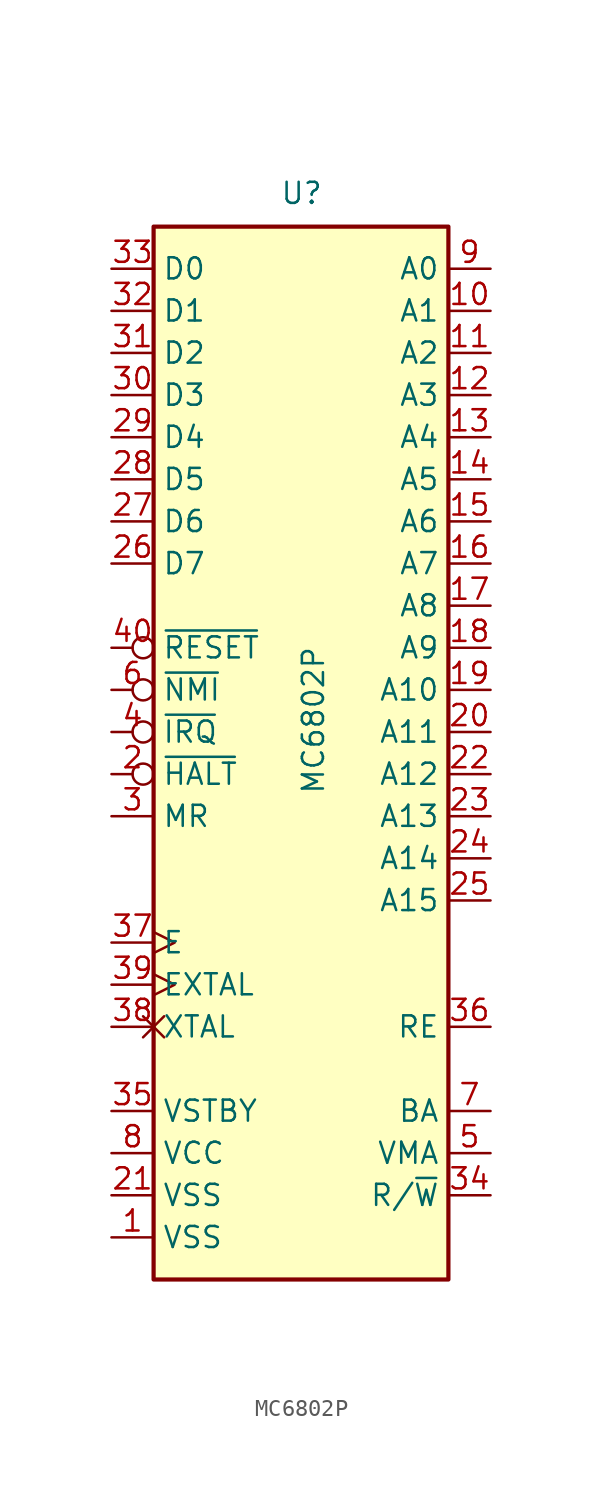
<source format=kicad_sym>
(kicad_symbol_lib
  (version 20231120)
  (generator "kicad_symbol_editor")
  (generator_version "8.0")
  (symbol "MC6802P"
    (property "Reference" "U"
      (at -1.27 31.75 0)
      (effects (font (size 1.27 1.27)) (justify left bottom)))
    (property "Value" "MC6802P"
      (at 0 -3.81 90)
      (effects (font (size 1.27 1.27)) (justify left top)))
    (symbol "MC6802P_0_1"
      (rectangle (start -8.89 30.48) (end 8.89 -33.02) (stroke (width 0.254) (type default)) (fill (type background))))
    (symbol "MC6802P_1_1"
      (pin power_in line (at -11.43 -30.48 0) (length 2.54) (name "VSS" (effects (font (size 1.27 1.27)))) (number "1" (effects (font (size 1.27 1.27)))))
      (pin output line (at 11.43 25.4 180) (length 2.54) (name "A1" (effects (font (size 1.27 1.27)))) (number "10" (effects (font (size 1.27 1.27)))))
      (pin output line (at 11.43 22.86 180) (length 2.54) (name "A2" (effects (font (size 1.27 1.27)))) (number "11" (effects (font (size 1.27 1.27)))))
      (pin output line (at 11.43 20.32 180) (length 2.54) (name "A3" (effects (font (size 1.27 1.27)))) (number "12" (effects (font (size 1.27 1.27)))))
      (pin output line (at 11.43 17.78 180) (length 2.54) (name "A4" (effects (font (size 1.27 1.27)))) (number "13" (effects (font (size 1.27 1.27)))))
      (pin output line (at 11.43 15.24 180) (length 2.54) (name "A5" (effects (font (size 1.27 1.27)))) (number "14" (effects (font (size 1.27 1.27)))))
      (pin output line (at 11.43 12.7 180) (length 2.54) (name "A6" (effects (font (size 1.27 1.27)))) (number "15" (effects (font (size 1.27 1.27)))))
      (pin output line (at 11.43 10.16 180) (length 2.54) (name "A7" (effects (font (size 1.27 1.27)))) (number "16" (effects (font (size 1.27 1.27)))))
      (pin output line (at 11.43 7.62 180) (length 2.54) (name "A8" (effects (font (size 1.27 1.27)))) (number "17" (effects (font (size 1.27 1.27)))))
      (pin output line (at 11.43 5.08 180) (length 2.54) (name "A9" (effects (font (size 1.27 1.27)))) (number "18" (effects (font (size 1.27 1.27)))))
      (pin output line (at 11.43 2.54 180) (length 2.54) (name "A10" (effects (font (size 1.27 1.27)))) (number "19" (effects (font (size 1.27 1.27)))))
      (pin input inverted (at -11.43 -2.54 0) (length 2.54) (name "~{HALT}" (effects (font (size 1.27 1.27)))) (number "2" (effects (font (size 1.27 1.27)))))
      (pin output line (at 11.43 0 180) (length 2.54) (name "A11" (effects (font (size 1.27 1.27)))) (number "20" (effects (font (size 1.27 1.27)))))
      (pin power_in line (at -11.43 -27.94 0) (length 2.54) (name "VSS" (effects (font (size 1.27 1.27)))) (number "21" (effects (font (size 1.27 1.27)))))
      (pin output line (at 11.43 -2.54 180) (length 2.54) (name "A12" (effects (font (size 1.27 1.27)))) (number "22" (effects (font (size 1.27 1.27)))))
      (pin output line (at 11.43 -5.08 180) (length 2.54) (name "A13" (effects (font (size 1.27 1.27)))) (number "23" (effects (font (size 1.27 1.27)))))
      (pin output line (at 11.43 -7.62 180) (length 2.54) (name "A14" (effects (font (size 1.27 1.27)))) (number "24" (effects (font (size 1.27 1.27)))))
      (pin output line (at 11.43 -10.16 180) (length 2.54) (name "A15" (effects (font (size 1.27 1.27)))) (number "25" (effects (font (size 1.27 1.27)))))
      (pin bidirectional line (at -11.43 10.16 0) (length 2.54) (name "D7" (effects (font (size 1.27 1.27)))) (number "26" (effects (font (size 1.27 1.27)))))
      (pin bidirectional line (at -11.43 12.7 0) (length 2.54) (name "D6" (effects (font (size 1.27 1.27)))) (number "27" (effects (font (size 1.27 1.27)))))
      (pin bidirectional line (at -11.43 15.24 0) (length 2.54) (name "D5" (effects (font (size 1.27 1.27)))) (number "28" (effects (font (size 1.27 1.27)))))
      (pin bidirectional line (at -11.43 17.78 0) (length 2.54) (name "D4" (effects (font (size 1.27 1.27)))) (number "29" (effects (font (size 1.27 1.27)))))
      (pin input line (at -11.43 -5.08 0) (length 2.54) (name "MR" (effects (font (size 1.27 1.27)))) (number "3" (effects (font (size 1.27 1.27)))))
      (pin bidirectional line (at -11.43 20.32 0) (length 2.54) (name "D3" (effects (font (size 1.27 1.27)))) (number "30" (effects (font (size 1.27 1.27)))))
      (pin bidirectional line (at -11.43 22.86 0) (length 2.54) (name "D2" (effects (font (size 1.27 1.27)))) (number "31" (effects (font (size 1.27 1.27)))))
      (pin bidirectional line (at -11.43 25.4 0) (length 2.54) (name "D1" (effects (font (size 1.27 1.27)))) (number "32" (effects (font (size 1.27 1.27)))))
      (pin bidirectional line (at -11.43 27.94 0) (length 2.54) (name "D0" (effects (font (size 1.27 1.27)))) (number "33" (effects (font (size 1.27 1.27)))))
      (pin output line (at 11.43 -27.94 180) (length 2.54) (name "R/~{W}" (effects (font (size 1.27 1.27)))) (number "34" (effects (font (size 1.27 1.27)))))
      (pin power_in line (at -11.43 -22.86 0) (length 2.54) (name "VSTBY" (effects (font (size 1.27 1.27)))) (number "35" (effects (font (size 1.27 1.27)))))
      (pin input line (at 11.43 -17.78 180) (length 2.54) (name "RE" (effects (font (size 1.27 1.27)))) (number "36" (effects (font (size 1.27 1.27)))))
      (pin output clock (at -11.43 -12.7 0) (length 2.54) (name "E" (effects (font (size 1.27 1.27)))) (number "37" (effects (font (size 1.27 1.27)))))
      (pin passive non_logic (at -11.43 -17.78 0) (length 2.54) (name "XTAL" (effects (font (size 1.27 1.27)))) (number "38" (effects (font (size 1.27 1.27)))))
      (pin input clock (at -11.43 -15.24 0) (length 2.54) (name "EXTAL" (effects (font (size 1.27 1.27)))) (number "39" (effects (font (size 1.27 1.27)))))
      (pin input inverted (at -11.43 0 0) (length 2.54) (name "~{IRQ}" (effects (font (size 1.27 1.27)))) (number "4" (effects (font (size 1.27 1.27)))))
      (pin input inverted (at -11.43 5.08 0) (length 2.54) (name "~{RESET}" (effects (font (size 1.27 1.27)))) (number "40" (effects (font (size 1.27 1.27)))))
      (pin output line (at 11.43 -25.4 180) (length 2.54) (name "VMA" (effects (font (size 1.27 1.27)))) (number "5" (effects (font (size 1.27 1.27)))))
      (pin input inverted (at -11.43 2.54 0) (length 2.54) (name "~{NMI}" (effects (font (size 1.27 1.27)))) (number "6" (effects (font (size 1.27 1.27)))))
      (pin output line (at 11.43 -22.86 180) (length 2.54) (name "BA" (effects (font (size 1.27 1.27)))) (number "7" (effects (font (size 1.27 1.27)))))
      (pin power_in line (at -11.43 -25.4 0) (length 2.54) (name "VCC" (effects (font (size 1.27 1.27)))) (number "8" (effects (font (size 1.27 1.27)))))
      (pin output line (at 11.43 27.94 180) (length 2.54) (name "A0" (effects (font (size 1.27 1.27)))) (number "9" (effects (font (size 1.27 1.27))))))))
</source>
